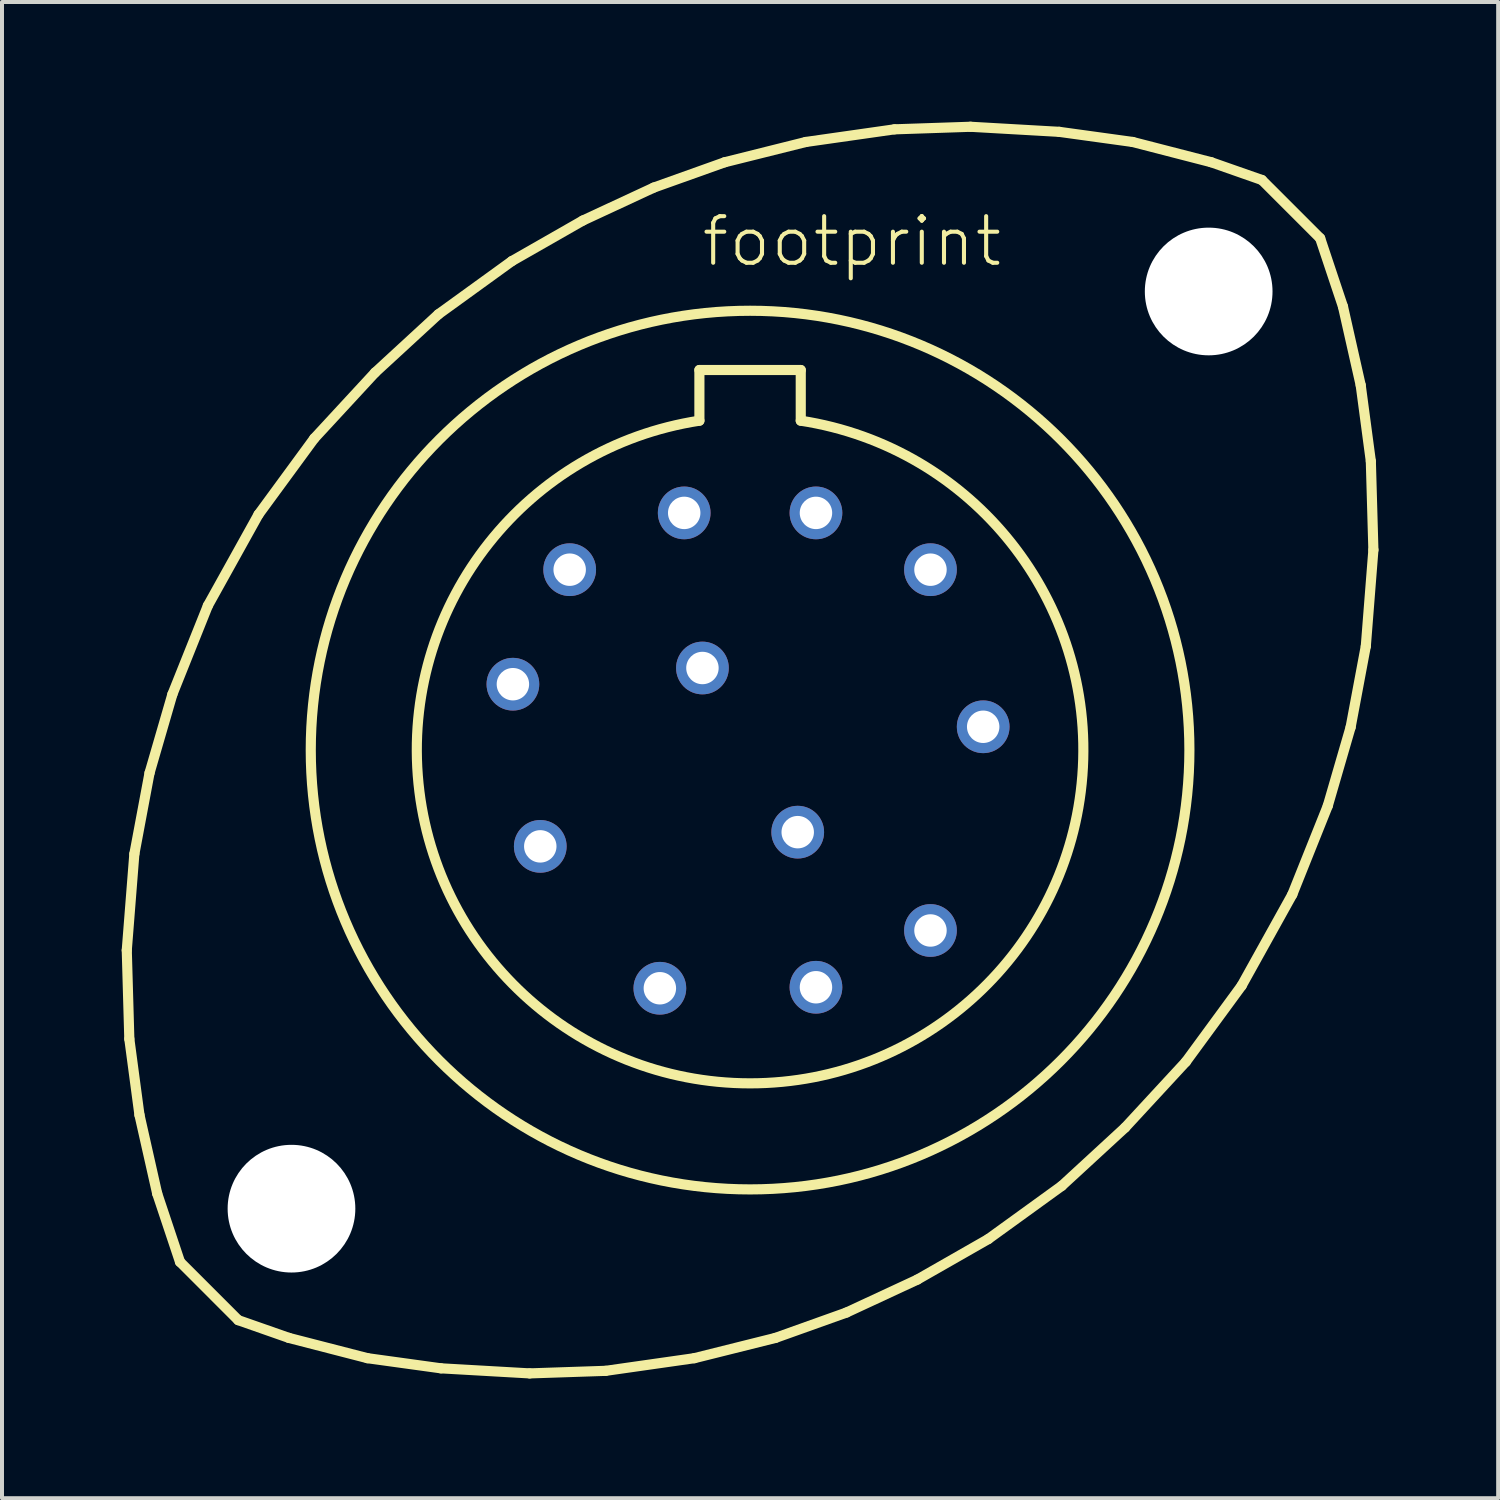
<source format=kicad_pcb>
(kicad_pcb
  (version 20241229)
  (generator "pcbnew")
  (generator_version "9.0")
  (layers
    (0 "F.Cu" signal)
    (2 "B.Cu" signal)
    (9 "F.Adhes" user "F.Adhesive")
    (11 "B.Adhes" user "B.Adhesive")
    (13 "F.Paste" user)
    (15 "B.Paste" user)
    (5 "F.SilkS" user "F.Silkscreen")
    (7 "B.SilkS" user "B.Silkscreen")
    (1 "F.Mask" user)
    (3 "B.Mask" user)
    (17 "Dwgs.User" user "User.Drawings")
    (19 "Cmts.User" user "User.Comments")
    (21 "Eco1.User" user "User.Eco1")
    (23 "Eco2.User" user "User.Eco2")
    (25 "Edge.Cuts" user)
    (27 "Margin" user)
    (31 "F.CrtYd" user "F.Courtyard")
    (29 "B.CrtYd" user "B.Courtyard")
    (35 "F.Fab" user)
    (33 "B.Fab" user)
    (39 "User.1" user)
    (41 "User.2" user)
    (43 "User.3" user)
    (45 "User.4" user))
  (footprint "footprint"
    (layer "F.Cu")
    (at 15.748 15.748)
    (property "Reference" "footprint" (at -1.27 -12.065 0) (layer "F.SilkS") (effects (font (size 1.168 1.168) (thickness 0.102)) (justify left bottom)))
    (fp_line (start -15.621 5.016) (end -15.431 2.603) (stroke (width 0.254) (type solid)) (layer "F.SilkS"))
    (fp_line (start -15.557 7.239) (end -15.621 5.016) (stroke (width 0.254) (type solid)) (layer "F.SilkS"))
    (fp_line (start -15.431 2.603) (end -15.05 0.572) (stroke (width 0.254) (type solid)) (layer "F.SilkS"))
    (fp_line (start -15.303 9.144) (end -15.557 7.239) (stroke (width 0.254) (type solid)) (layer "F.SilkS"))
    (fp_line (start -15.05 0.572) (end -14.478 -1.397) (stroke (width 0.254) (type solid)) (layer "F.SilkS"))
    (fp_line (start -14.859 11.113) (end -15.303 9.144) (stroke (width 0.254) (type solid)) (layer "F.SilkS"))
    (fp_line (start -14.478 -1.397) (end -13.589 -3.619) (stroke (width 0.254) (type solid)) (layer "F.SilkS"))
    (fp_line (start -14.287 12.827) (end -14.859 11.113) (stroke (width 0.254) (type solid)) (layer "F.SilkS"))
    (fp_line (start -14.287 12.827) (end -12.827 14.287) (stroke (width 0.254) (type solid)) (layer "F.SilkS"))
    (fp_line (start -13.589 -3.619) (end -12.319 -5.905) (stroke (width 0.254) (type solid)) (layer "F.SilkS"))
    (fp_line (start -12.319 -5.905) (end -10.922 -7.811) (stroke (width 0.254) (type solid)) (layer "F.SilkS"))
    (fp_line (start -11.557 14.732) (end -12.827 14.287) (stroke (width 0.254) (type solid)) (layer "F.SilkS"))
    (fp_line (start -10.922 -7.811) (end -9.398 -9.461) (stroke (width 0.254) (type solid)) (layer "F.SilkS"))
    (fp_line (start -9.588 15.24) (end -11.557 14.732) (stroke (width 0.254) (type solid)) (layer "F.SilkS"))
    (fp_line (start -9.398 -9.461) (end -7.811 -10.922) (stroke (width 0.254) (type solid)) (layer "F.SilkS"))
    (fp_line (start -7.811 -10.922) (end -5.969 -12.255) (stroke (width 0.254) (type solid)) (layer "F.SilkS"))
    (fp_line (start -7.747 15.494) (end -9.588 15.24) (stroke (width 0.254) (type solid)) (layer "F.SilkS"))
    (fp_line (start -5.969 -12.255) (end -4.191 -13.271) (stroke (width 0.254) (type solid)) (layer "F.SilkS"))
    (fp_line (start -5.524 15.621) (end -7.747 15.494) (stroke (width 0.254) (type solid)) (layer "F.SilkS"))
    (fp_line (start -4.191 -13.271) (end -2.413 -14.097) (stroke (width 0.254) (type solid)) (layer "F.SilkS"))
    (fp_line (start -3.619 15.557) (end -5.524 15.621) (stroke (width 0.254) (type solid)) (layer "F.SilkS"))
    (fp_line (start -2.413 -14.097) (end -0.635 -14.732) (stroke (width 0.254) (type solid)) (layer "F.SilkS"))
    (fp_line (start -1.397 15.24) (end -3.619 15.557) (stroke (width 0.254) (type solid)) (layer "F.SilkS"))
    (fp_line (start -1.27 -9.525) (end 1.27 -9.525) (stroke (width 0.254) (type solid)) (layer "F.SilkS"))
    (fp_line (start -1.27 -8.255) (end -1.27 -9.525) (stroke (width 0.254) (type solid)) (layer "F.SilkS"))
    (fp_line (start -0.635 -14.732) (end 1.397 -15.24) (stroke (width 0.254) (type solid)) (layer "F.SilkS"))
    (fp_line (start 0.635 14.732) (end -1.397 15.24) (stroke (width 0.254) (type solid)) (layer "F.SilkS"))
    (fp_line (start 1.27 -9.525) (end 1.27 -8.255) (stroke (width 0.254) (type solid)) (layer "F.SilkS"))
    (fp_line (start 1.397 -15.24) (end 3.619 -15.557) (stroke (width 0.254) (type solid)) (layer "F.SilkS"))
    (fp_line (start 2.413 14.097) (end 0.635 14.732) (stroke (width 0.254) (type solid)) (layer "F.SilkS"))
    (fp_line (start 3.619 -15.557) (end 5.524 -15.621) (stroke (width 0.254) (type solid)) (layer "F.SilkS"))
    (fp_line (start 4.191 13.271) (end 2.413 14.097) (stroke (width 0.254) (type solid)) (layer "F.SilkS"))
    (fp_line (start 5.524 -15.621) (end 7.747 -15.494) (stroke (width 0.254) (type solid)) (layer "F.SilkS"))
    (fp_line (start 5.969 12.255) (end 4.191 13.271) (stroke (width 0.254) (type solid)) (layer "F.SilkS"))
    (fp_line (start 7.747 -15.494) (end 9.588 -15.24) (stroke (width 0.254) (type solid)) (layer "F.SilkS"))
    (fp_line (start 7.811 10.922) (end 5.969 12.255) (stroke (width 0.254) (type solid)) (layer "F.SilkS"))
    (fp_line (start 9.398 9.461) (end 7.811 10.922) (stroke (width 0.254) (type solid)) (layer "F.SilkS"))
    (fp_line (start 9.588 -15.24) (end 11.557 -14.732) (stroke (width 0.254) (type solid)) (layer "F.SilkS"))
    (fp_line (start 10.922 7.811) (end 9.398 9.461) (stroke (width 0.254) (type solid)) (layer "F.SilkS"))
    (fp_line (start 11.557 -14.732) (end 12.827 -14.287) (stroke (width 0.254) (type solid)) (layer "F.SilkS"))
    (fp_line (start 12.319 5.905) (end 10.922 7.811) (stroke (width 0.254) (type solid)) (layer "F.SilkS"))
    (fp_line (start 12.827 -14.287) (end 14.287 -12.827) (stroke (width 0.254) (type solid)) (layer "F.SilkS"))
    (fp_line (start 13.589 3.619) (end 12.319 5.905) (stroke (width 0.254) (type solid)) (layer "F.SilkS"))
    (fp_line (start 14.287 -12.827) (end 14.859 -11.113) (stroke (width 0.254) (type solid)) (layer "F.SilkS"))
    (fp_line (start 14.478 1.397) (end 13.589 3.619) (stroke (width 0.254) (type solid)) (layer "F.SilkS"))
    (fp_line (start 14.859 -11.113) (end 15.303 -9.144) (stroke (width 0.254) (type solid)) (layer "F.SilkS"))
    (fp_line (start 15.05 -0.572) (end 14.478 1.397) (stroke (width 0.254) (type solid)) (layer "F.SilkS"))
    (fp_line (start 15.303 -9.144) (end 15.557 -7.239) (stroke (width 0.254) (type solid)) (layer "F.SilkS"))
    (fp_line (start 15.431 -2.603) (end 15.05 -0.572) (stroke (width 0.254) (type solid)) (layer "F.SilkS"))
    (fp_line (start 15.557 -7.239) (end 15.621 -5.016) (stroke (width 0.254) (type solid)) (layer "F.SilkS"))
    (fp_line (start 15.621 -5.016) (end 15.431 -2.603) (stroke (width 0.254) (type solid)) (layer "F.SilkS"))
    (fp_arc (start 1.27 -8.255) (mid 0 8.352121) (end -1.27 -8.255) (stroke (width 0.254) (type solid)) (layer "F.SilkS"))
    (fp_circle (center 0 0) (end 11.01 0) (stroke (width 0.254) (type solid)) (fill no) (layer "F.SilkS"))
    (pad "" np_thru_hole circle (at -11.493 11.493) (size 3.2 3.2) (drill 3.2) (layers "*.Cu" "*.Mask"))
    (pad "" np_thru_hole circle (at 11.493 -11.493) (size 3.2 3.2) (drill 3.2) (layers "*.Cu" "*.Mask"))
    (pad "A" thru_hole circle (at 1.651 -5.944) (size 1.321 1.321) (drill 0.813) (layers "*.Cu" "*.Mask"))
    (pad "B" thru_hole circle (at 4.521 -4.521) (size 1.321 1.321) (drill 0.813) (layers "*.Cu" "*.Mask"))
    (pad "C" thru_hole circle (at 5.842 -0.584) (size 1.321 1.321) (drill 0.813) (layers "*.Cu" "*.Mask"))
    (pad "D" thru_hole circle (at 4.521 4.521) (size 1.321 1.321) (drill 0.813) (layers "*.Cu" "*.Mask"))
    (pad "E" thru_hole circle (at 1.651 5.944) (size 1.321 1.321) (drill 0.813) (layers "*.Cu" "*.Mask"))
    (pad "F" thru_hole circle (at -2.261 5.969) (size 1.321 1.321) (drill 0.813) (layers "*.Cu" "*.Mask"))
    (pad "G" thru_hole circle (at -5.258 2.413) (size 1.321 1.321) (drill 0.813) (layers "*.Cu" "*.Mask"))
    (pad "H" thru_hole circle (at -5.944 -1.651) (size 1.321 1.321) (drill 0.813) (layers "*.Cu" "*.Mask"))
    (pad "J" thru_hole circle (at -4.521 -4.521) (size 1.321 1.321) (drill 0.813) (layers "*.Cu" "*.Mask"))
    (pad "K" thru_hole circle (at -1.651 -5.944) (size 1.321 1.321) (drill 0.813) (layers "*.Cu" "*.Mask"))
    (pad "L" thru_hole circle (at -1.194 -2.057) (size 1.321 1.321) (drill 0.813) (layers "*.Cu" "*.Mask"))
    (pad "M" thru_hole circle (at 1.194 2.057) (size 1.321 1.321) (drill 0.813) (layers "*.Cu" "*.Mask")))
  (gr_rect
    (start -3 -3)
    (end 34.496 34.496)
    (stroke (width 0.1) (type default))
    (fill no)
    (layer "Edge.Cuts")))
</source>
